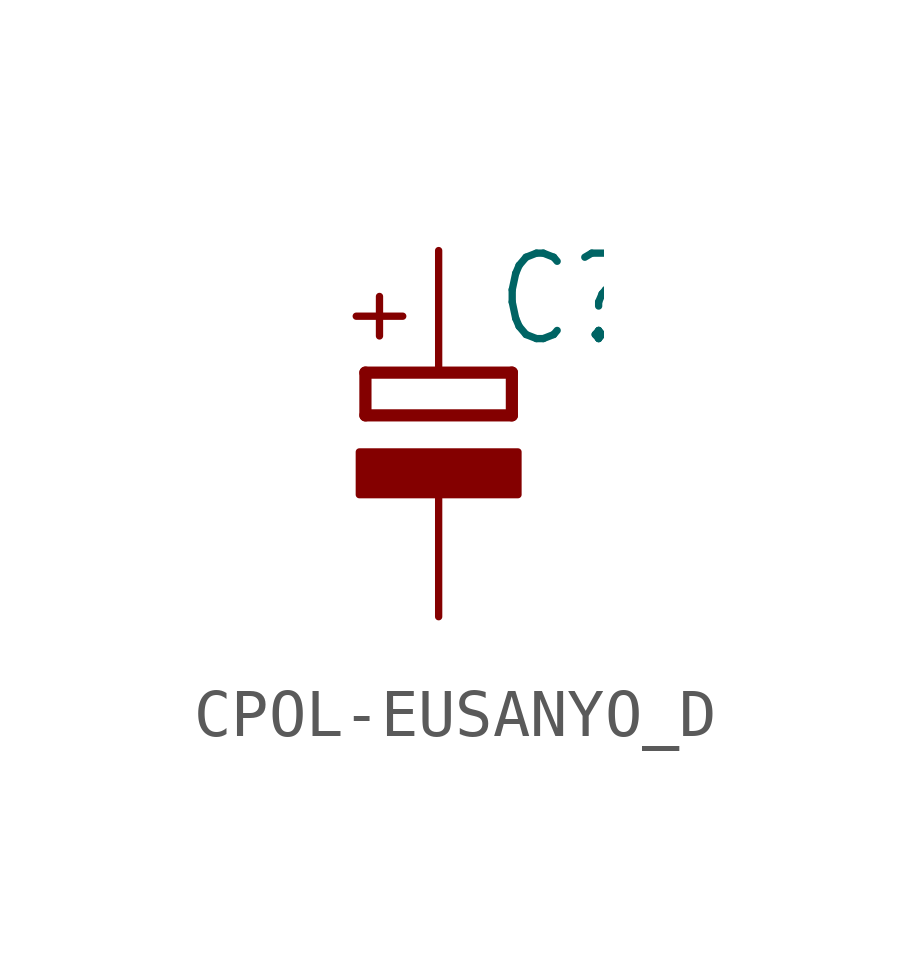
<source format=kicad_sym>
(kicad_symbol_lib
  (version 20241209)
  (generator "kicad_symbol_editor")
  (generator_version "9.0")
  (symbol "CPOL-EUSANYO_D"
    (property "Reference" "C"
      (at 1.143 0.483 0)
      (effects (font (size 1.778 1.511)) (justify left bottom)))
    (property "Value" ""
      (at 1.143 -4.597 0)
      (effects (font (size 1.778 1.511)) (justify left bottom)))
    (property "ki_locked" ""
      (at 0 0 0)
      (effects (font (size 1.27 1.27))))
    (symbol "CPOL-EUSANYO_D_1_0"
      (rectangle (start -1.651 -2.54) (end 1.651 -1.651) (stroke (width 0) (type default)) (fill (type outline)))
      (polyline (pts (xy -1.524 0) (xy -1.524 -0.889)) (stroke (width 0.254) (type solid)) (fill (type none)))
      (polyline (pts (xy -1.524 0) (xy 1.524 0)) (stroke (width 0.254) (type solid)) (fill (type none)))
      (polyline (pts (xy -1.524 -0.889) (xy 1.524 -0.889)) (stroke (width 0.254) (type solid)) (fill (type none)))
      (polyline (pts (xy 1.524 -0.889) (xy 1.524 0)) (stroke (width 0.254) (type solid)) (fill (type none)))
      (text "+" (at -0.584 0.406 900) (effects (font (size 1.27 1.079)) (justify left bottom)))
      (pin passive line (at 0 2.54 270) (length 2.54) (name "+" (effects (font (size 0 0)))) (number "+" (effects (font (size 0 0)))))
      (pin passive line (at 0 -5.08 90) (length 2.54) (name "-" (effects (font (size 0 0)))) (number "-" (effects (font (size 0 0))))))))
</source>
